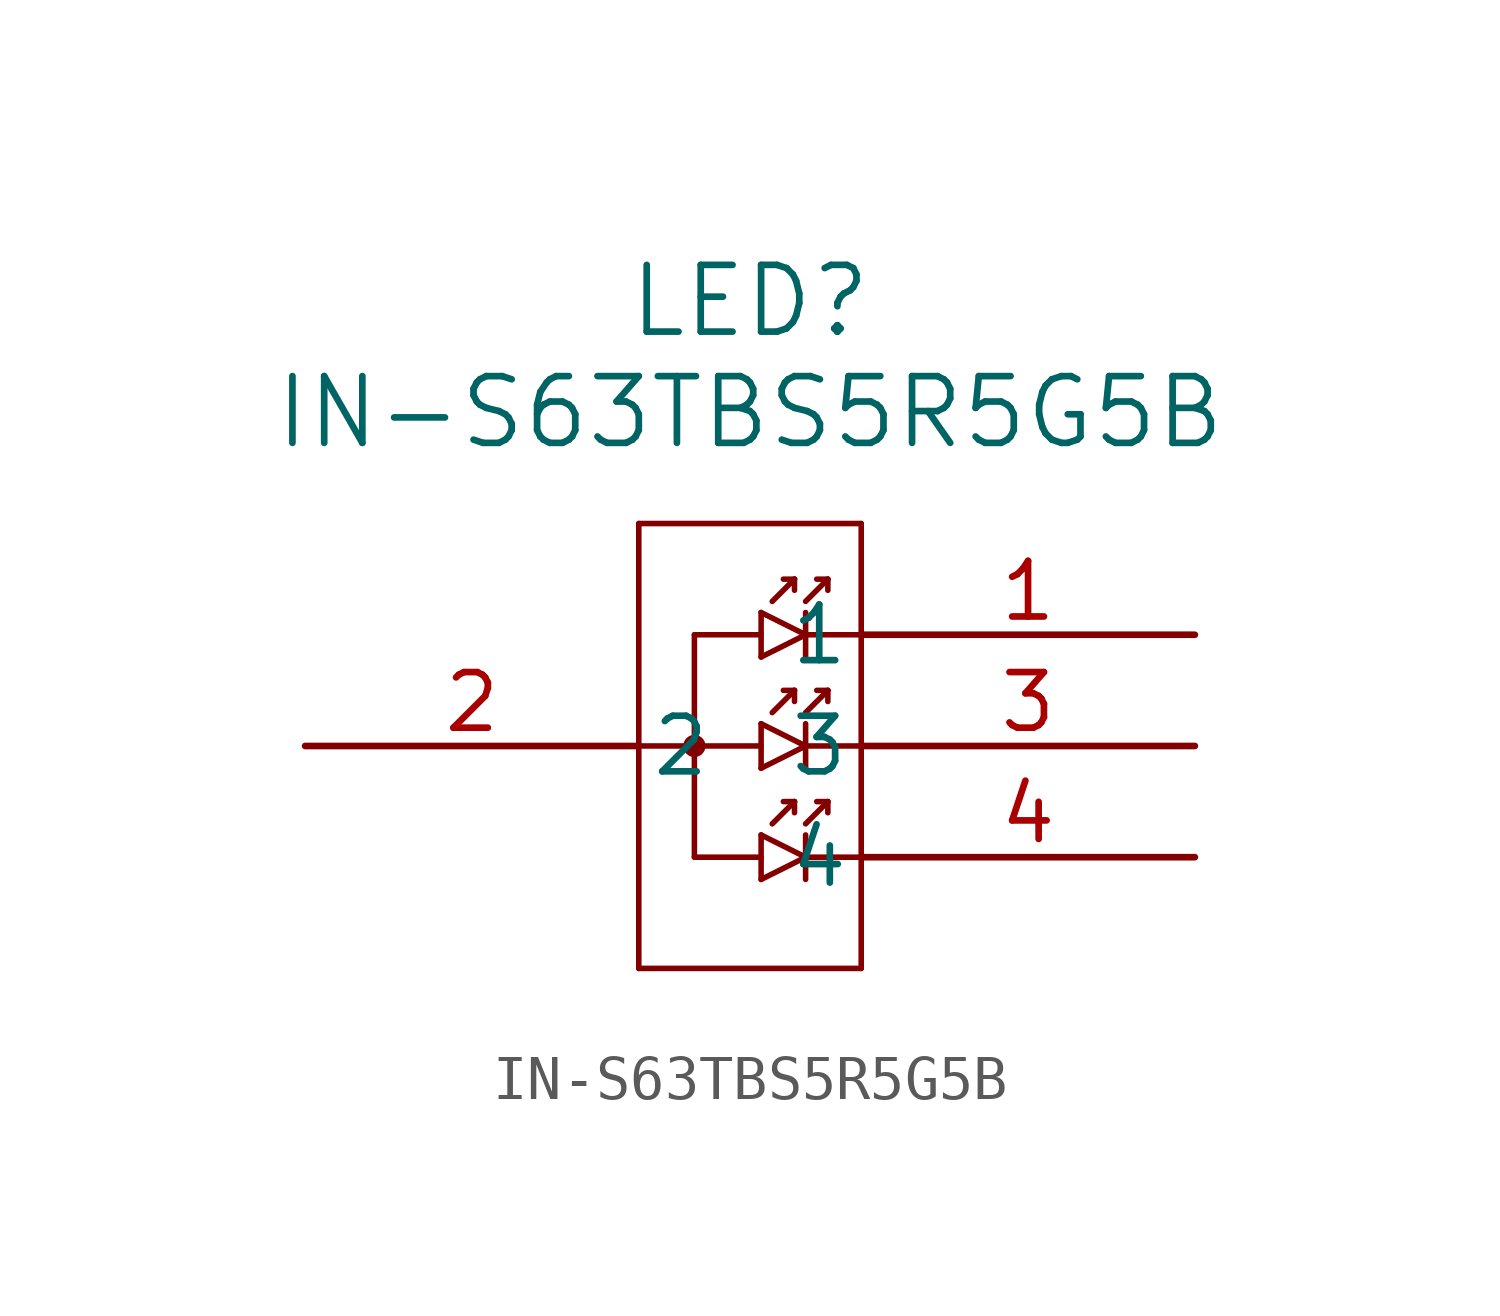
<source format=kicad_sym>
(kicad_symbol_lib
  (version 20211014)
  (generator kicad_symbol_editor)
  (symbol "IN-S63TBS5R5G5B"
    (pin_names
      (offset 0.254))
    (property "Reference" "LED"
      (at 10.16 10.16 0)
      (effects (font (size 1.524 1.524))))
    (property "Value" "IN-S63TBS5R5G5B"
      (at 10.16 7.62 0)
      (effects (font (size 1.524 1.524))))
    (symbol "IN-S63TBS5R5G5B_0_1"
      (polyline (pts (xy 7.62 5.08) (xy 7.62 -5.08)) (stroke (width 0.127) (type default) (color 0 0 0 0)) (fill (type none)))
      (polyline (pts (xy 7.62 -5.08) (xy 12.7 -5.08)) (stroke (width 0.127) (type default) (color 0 0 0 0)) (fill (type none)))
      (polyline (pts (xy 12.7 -5.08) (xy 12.7 5.08)) (stroke (width 0.127) (type default) (color 0 0 0 0)) (fill (type none)))
      (polyline (pts (xy 12.7 5.08) (xy 7.62 5.08)) (stroke (width 0.127) (type default) (color 0 0 0 0)) (fill (type none)))
      (polyline (pts (xy 11.43 0) (xy 12.7 0)) (stroke (width 0.127) (type default) (color 0 0 0 0)) (fill (type none)))
      (polyline (pts (xy 11.43 2.54) (xy 12.7 2.54)) (stroke (width 0.127) (type default) (color 0 0 0 0)) (fill (type none)))
      (polyline (pts (xy 7.62 0) (xy 10.414 0)) (stroke (width 0.127) (type default) (color 0 0 0 0)) (fill (type none)))
      (polyline (pts (xy 8.89 2.54) (xy 8.89 -2.54)) (stroke (width 0.127) (type default) (color 0 0 0 0)) (fill (type none)))
      (polyline (pts (xy 8.89 -2.54) (xy 10.414 -2.54)) (stroke (width 0.127) (type default) (color 0 0 0 0)) (fill (type none)))
      (polyline (pts (xy 11.43 -2.54) (xy 12.7 -2.54)) (stroke (width 0.127) (type default) (color 0 0 0 0)) (fill (type none)))
      (polyline (pts (xy 8.89 2.54) (xy 10.414 2.54)) (stroke (width 0.127) (type default) (color 0 0 0 0)) (fill (type none)))
      (polyline (pts (xy 10.414 3.048) (xy 10.414 2.032)) (stroke (width 0.127) (type default) (color 0 0 0 0)) (fill (type none)))
      (polyline (pts (xy 11.43 2.54) (xy 10.414 2.032)) (stroke (width 0.127) (type default) (color 0 0 0 0)) (fill (type none)))
      (circle (center 8.89 0) (radius 0.127) (stroke (width 0.254) (type default) (color 0 0 0 0)) (fill (type none)))
      (polyline (pts (xy 10.414 3.048) (xy 11.43 2.54)) (stroke (width 0.127) (type default) (color 0 0 0 0)) (fill (type none)))
      (polyline (pts (xy 11.43 3.048) (xy 11.43 2.032)) (stroke (width 0.127) (type default) (color 0 0 0 0)) (fill (type none)))
      (polyline (pts (xy 10.668 3.302) (xy 11.176 3.81)) (stroke (width 0.127) (type default) (color 0 0 0 0)) (fill (type none)))
      (polyline (pts (xy 11.176 3.81) (xy 10.922 3.81)) (stroke (width 0.127) (type default) (color 0 0 0 0)) (fill (type none)))
      (polyline (pts (xy 11.176 3.81) (xy 11.176 3.556)) (stroke (width 0.127) (type default) (color 0 0 0 0)) (fill (type none)))
      (polyline (pts (xy 11.43 3.302) (xy 11.938 3.81)) (stroke (width 0.127) (type default) (color 0 0 0 0)) (fill (type none)))
      (polyline (pts (xy 11.684 3.81) (xy 11.938 3.81)) (stroke (width 0.127) (type default) (color 0 0 0 0)) (fill (type none)))
      (polyline (pts (xy 11.938 3.81) (xy 11.938 3.556)) (stroke (width 0.127) (type default) (color 0 0 0 0)) (fill (type none)))
      (polyline (pts (xy 10.414 0.508) (xy 10.414 -0.508)) (stroke (width 0.127) (type default) (color 0 0 0 0)) (fill (type none)))
      (polyline (pts (xy 11.43 0) (xy 10.414 -0.508)) (stroke (width 0.127) (type default) (color 0 0 0 0)) (fill (type none)))
      (polyline (pts (xy 10.414 0.508) (xy 11.43 0)) (stroke (width 0.127) (type default) (color 0 0 0 0)) (fill (type none)))
      (polyline (pts (xy 11.43 0.508) (xy 11.43 -0.508)) (stroke (width 0.127) (type default) (color 0 0 0 0)) (fill (type none)))
      (polyline (pts (xy 10.668 0.762) (xy 11.176 1.27)) (stroke (width 0.127) (type default) (color 0 0 0 0)) (fill (type none)))
      (polyline (pts (xy 11.176 1.27) (xy 10.922 1.27)) (stroke (width 0.127) (type default) (color 0 0 0 0)) (fill (type none)))
      (polyline (pts (xy 11.176 1.27) (xy 11.176 1.016)) (stroke (width 0.127) (type default) (color 0 0 0 0)) (fill (type none)))
      (polyline (pts (xy 11.43 0.762) (xy 11.938 1.27)) (stroke (width 0.127) (type default) (color 0 0 0 0)) (fill (type none)))
      (polyline (pts (xy 11.684 1.27) (xy 11.938 1.27)) (stroke (width 0.127) (type default) (color 0 0 0 0)) (fill (type none)))
      (polyline (pts (xy 11.938 1.27) (xy 11.938 1.016)) (stroke (width 0.127) (type default) (color 0 0 0 0)) (fill (type none)))
      (polyline (pts (xy 10.414 -2.032) (xy 10.414 -3.048)) (stroke (width 0.127) (type default) (color 0 0 0 0)) (fill (type none)))
      (polyline (pts (xy 11.43 -2.54) (xy 10.414 -3.048)) (stroke (width 0.127) (type default) (color 0 0 0 0)) (fill (type none)))
      (polyline (pts (xy 10.414 -2.032) (xy 11.43 -2.54)) (stroke (width 0.127) (type default) (color 0 0 0 0)) (fill (type none)))
      (polyline (pts (xy 11.43 -2.032) (xy 11.43 -3.048)) (stroke (width 0.127) (type default) (color 0 0 0 0)) (fill (type none)))
      (polyline (pts (xy 10.668 -1.778) (xy 11.176 -1.27)) (stroke (width 0.127) (type default) (color 0 0 0 0)) (fill (type none)))
      (polyline (pts (xy 11.176 -1.27) (xy 10.922 -1.27)) (stroke (width 0.127) (type default) (color 0 0 0 0)) (fill (type none)))
      (polyline (pts (xy 11.176 -1.27) (xy 11.176 -1.524)) (stroke (width 0.127) (type default) (color 0 0 0 0)) (fill (type none)))
      (polyline (pts (xy 11.43 -1.778) (xy 11.938 -1.27)) (stroke (width 0.127) (type default) (color 0 0 0 0)) (fill (type none)))
      (polyline (pts (xy 11.684 -1.27) (xy 11.938 -1.27)) (stroke (width 0.127) (type default) (color 0 0 0 0)) (fill (type none)))
      (polyline (pts (xy 11.938 -1.27) (xy 11.938 -1.524)) (stroke (width 0.127) (type default) (color 0 0 0 0)) (fill (type none)))
      (pin unspecified line (at 20.32 2.54 180) (length 7.62) (name "1" (effects (font (size 1.27 1.27)))) (number "1" (effects (font (size 1.27 1.27)))))
      (pin unspecified line (at 0 0 0) (length 7.62) (name "2" (effects (font (size 1.27 1.27)))) (number "2" (effects (font (size 1.27 1.27)))))
      (pin unspecified line (at 20.32 0 180) (length 7.62) (name "3" (effects (font (size 1.27 1.27)))) (number "3" (effects (font (size 1.27 1.27)))))
      (pin unspecified line (at 20.32 -2.54 180) (length 7.62) (name "4" (effects (font (size 1.27 1.27)))) (number "4" (effects (font (size 1.27 1.27))))))))
</source>
